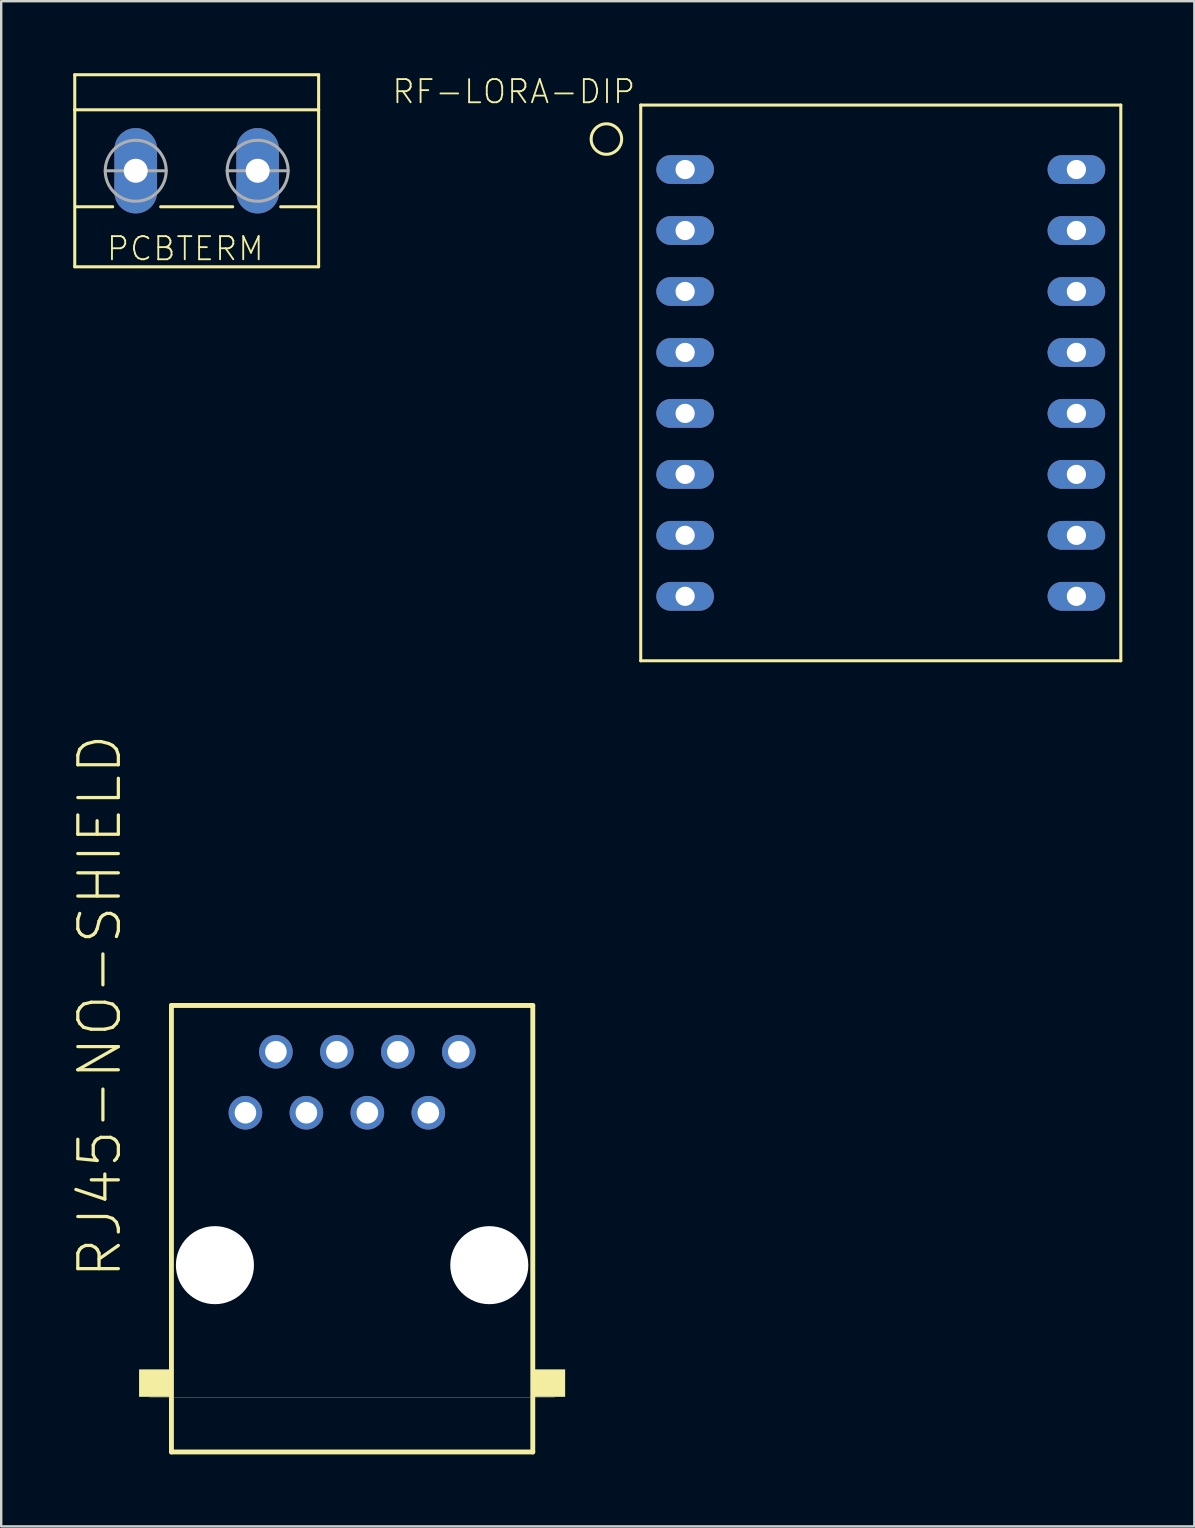
<source format=kicad_pcb>
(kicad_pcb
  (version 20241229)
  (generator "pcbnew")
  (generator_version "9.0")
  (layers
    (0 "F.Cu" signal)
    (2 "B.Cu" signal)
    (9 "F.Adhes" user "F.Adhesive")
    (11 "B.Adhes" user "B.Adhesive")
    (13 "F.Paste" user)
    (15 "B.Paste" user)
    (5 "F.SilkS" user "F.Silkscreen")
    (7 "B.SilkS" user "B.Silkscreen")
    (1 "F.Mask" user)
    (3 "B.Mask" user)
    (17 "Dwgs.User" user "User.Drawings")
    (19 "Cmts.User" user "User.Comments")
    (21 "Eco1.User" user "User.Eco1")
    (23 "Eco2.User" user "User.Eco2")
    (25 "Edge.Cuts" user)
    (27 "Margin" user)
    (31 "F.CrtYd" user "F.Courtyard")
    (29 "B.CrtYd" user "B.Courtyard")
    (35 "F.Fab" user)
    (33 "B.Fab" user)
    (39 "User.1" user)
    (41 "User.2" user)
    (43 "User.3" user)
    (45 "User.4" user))
  (footprint "RF-LORA-DIP"
    (layer "F.Cu")
    (at 33.643 12.903)
    (property "Reference" "RF-LORA-DIP" (at -10.16 -12.7 180) (layer "F.SilkS") (effects (font (size 0.965 0.965) (thickness 0.077)) (justify right top)))
    (attr through_hole)
    (fp_line (start -10 -11.575) (end 10 -11.575) (stroke (width 0.127) (type solid)) (layer "F.SilkS"))
    (fp_line (start -10 11.575) (end -10 -11.575) (stroke (width 0.127) (type solid)) (layer "F.SilkS"))
    (fp_line (start 10 -11.575) (end 10 11.575) (stroke (width 0.127) (type solid)) (layer "F.SilkS"))
    (fp_line (start 10 11.575) (end -10 11.575) (stroke (width 0.127) (type solid)) (layer "F.SilkS"))
    (fp_circle (center -11.43 -10.16) (end -10.795 -10.16) (stroke (width 0.127) (type solid)) (fill no) (layer "F.SilkS"))
    (pad "P$1" thru_hole oval (at -8.15 -8.89) (size 2.4 1.2) (drill 0.8) (layers "*.Cu" "*.Mask"))
    (pad "P$2" thru_hole oval (at -8.15 -6.35) (size 2.4 1.2) (drill 0.8) (layers "*.Cu" "*.Mask"))
    (pad "P$3" thru_hole oval (at -8.15 -3.81) (size 2.4 1.2) (drill 0.8) (layers "*.Cu" "*.Mask"))
    (pad "P$4" thru_hole oval (at -8.15 -1.27) (size 2.4 1.2) (drill 0.8) (layers "*.Cu" "*.Mask"))
    (pad "P$5" thru_hole oval (at -8.15 1.27) (size 2.4 1.2) (drill 0.8) (layers "*.Cu" "*.Mask"))
    (pad "P$6" thru_hole oval (at -8.15 3.81) (size 2.4 1.2) (drill 0.8) (layers "*.Cu" "*.Mask"))
    (pad "P$7" thru_hole oval (at -8.15 6.35) (size 2.4 1.2) (drill 0.8) (layers "*.Cu" "*.Mask"))
    (pad "P$8" thru_hole oval (at -8.15 8.89) (size 2.4 1.2) (drill 0.8) (layers "*.Cu" "*.Mask"))
    (pad "P$9" thru_hole oval (at 8.15 8.89) (size 2.4 1.2) (drill 0.8) (layers "*.Cu" "*.Mask"))
    (pad "P$10" thru_hole oval (at 8.15 6.35) (size 2.4 1.2) (drill 0.8) (layers "*.Cu" "*.Mask"))
    (pad "P$11" thru_hole oval (at 8.15 3.81) (size 2.4 1.2) (drill 0.8) (layers "*.Cu" "*.Mask"))
    (pad "P$12" thru_hole oval (at 8.15 1.27) (size 2.4 1.2) (drill 0.8) (layers "*.Cu" "*.Mask"))
    (pad "P$13" thru_hole oval (at 8.15 -1.27) (size 2.4 1.2) (drill 0.8) (layers "*.Cu" "*.Mask"))
    (pad "P$14" thru_hole oval (at 8.15 -3.81) (size 2.4 1.2) (drill 0.8) (layers "*.Cu" "*.Mask"))
    (pad "P$15" thru_hole oval (at 8.15 -6.35) (size 2.4 1.2) (drill 0.8) (layers "*.Cu" "*.Mask"))
    (pad "P$16" thru_hole oval (at 8.15 -8.89) (size 2.4 1.2) (drill 0.8) (layers "*.Cu" "*.Mask")))
  (footprint "RJ45-NO-SHIELD"
    (layer "F.Cu")
    (at 11.619 49.657)
    (property "Reference" "RJ45-NO-SHIELD" (at -9.525 0.635 90) (layer "F.SilkS") (effects (font (size 1.689 1.689) (thickness 0.135)) (justify left bottom)))
    (attr through_hole)
    (fp_line (start -7.527 -10.819) (end 7.527 -10.819) (stroke (width 0.203) (type solid)) (layer "F.SilkS"))
    (fp_line (start -7.527 7.782) (end -7.527 -10.819) (stroke (width 0.203) (type solid)) (layer "F.SilkS"))
    (fp_line (start 7.527 -10.819) (end 7.527 7.782) (stroke (width 0.203) (type solid)) (layer "F.SilkS"))
    (fp_line (start 7.527 7.782) (end -7.527 7.782) (stroke (width 0.203) (type solid)) (layer "F.SilkS"))
    (fp_poly (pts (xy -8.875 5.485) (xy -7.625 5.485) (xy -7.625 4.342) (xy -8.875 4.342)) (stroke (width 0) (type solid)) (fill yes) (layer "F.SilkS"))
    (fp_poly (pts (xy 7.6 5.485) (xy 8.875 5.485) (xy 8.875 4.342) (xy 7.6 4.342)) (stroke (width 0) (type solid)) (fill yes) (layer "F.SilkS"))
    (fp_line (start 8.445 5.512) (end -8.445 5.512) (stroke (width 0.01) (type solid)) (layer "Edge.Cuts"))
    (pad "" np_thru_hole circle (at -5.715 0) (size 3.251 3.251) (drill 3.251) (layers "*.Cu"))
    (pad "" np_thru_hole circle (at 5.715 0) (size 3.251 3.251) (drill 3.251) (layers "*.Cu"))
    (pad "1" thru_hole circle (at -4.445 -6.35) (size 1.4 1.4) (drill 0.9) (layers "*.Cu" "*.Mask"))
    (pad "2" thru_hole circle (at -3.175 -8.89) (size 1.4 1.4) (drill 0.9) (layers "*.Cu" "*.Mask"))
    (pad "3" thru_hole circle (at -1.905 -6.35) (size 1.4 1.4) (drill 0.9) (layers "*.Cu" "*.Mask"))
    (pad "4" thru_hole circle (at -0.635 -8.89) (size 1.4 1.4) (drill 0.9) (layers "*.Cu" "*.Mask"))
    (pad "5" thru_hole circle (at 0.635 -6.35) (size 1.4 1.4) (drill 0.9) (layers "*.Cu" "*.Mask"))
    (pad "6" thru_hole circle (at 1.905 -8.89) (size 1.4 1.4) (drill 0.9) (layers "*.Cu" "*.Mask"))
    (pad "7" thru_hole circle (at 3.175 -6.35) (size 1.4 1.4) (drill 0.9) (layers "*.Cu" "*.Mask"))
    (pad "8" thru_hole circle (at 4.445 -8.89) (size 1.4 1.4) (drill 0.9) (layers "*.Cu" "*.Mask")))
  (footprint "PCBTERM"
    (layer "F.Cu")
    (at 5.144 4.064)
    (property "Reference" "PCBTERM" (at -3.81 3.81 0) (layer "F.SilkS") (effects (font (size 0.965 0.965) (thickness 0.077)) (justify left bottom)))
    (attr through_hole)
    (fp_line (start -5.08 -4) (end 5.08 -4) (stroke (width 0.127) (type solid)) (layer "F.SilkS"))
    (fp_line (start -5.08 -2.54) (end -5.08 -4) (stroke (width 0.127) (type solid)) (layer "F.SilkS"))
    (fp_line (start -5.08 -2.54) (end 5.08 -2.54) (stroke (width 0.127) (type solid)) (layer "F.SilkS"))
    (fp_line (start -5.08 4) (end -5.08 -2.54) (stroke (width 0.127) (type solid)) (layer "F.SilkS"))
    (fp_line (start -5 1.5) (end -3.5 1.5) (stroke (width 0.127) (type solid)) (layer "F.SilkS"))
    (fp_line (start -1.5 1.5) (end 1.5 1.5) (stroke (width 0.127) (type solid)) (layer "F.SilkS"))
    (fp_line (start 3.5 1.5) (end 5 1.5) (stroke (width 0.127) (type solid)) (layer "F.SilkS"))
    (fp_line (start 5.08 -4) (end 5.08 -2.54) (stroke (width 0.127) (type solid)) (layer "F.SilkS"))
    (fp_line (start 5.08 -2.54) (end 5.08 4) (stroke (width 0.127) (type solid)) (layer "F.SilkS"))
    (fp_line (start 5.08 4) (end -5.08 4) (stroke (width 0.127) (type solid)) (layer "F.SilkS"))
    (fp_line (start -3.81 0) (end -1.27 0) (stroke (width 0.127) (type solid)) (layer "F.Fab"))
    (fp_line (start 1.27 0) (end 3.81 0) (stroke (width 0.127) (type solid)) (layer "F.Fab"))
    (fp_circle (center -2.54 0) (end -1.27 0) (stroke (width 0.127) (type solid)) (fill no) (layer "F.Fab"))
    (fp_circle (center 2.54 0) (end 3.81 0) (stroke (width 0.127) (type solid)) (fill no) (layer "F.Fab"))
    (pad "1" thru_hole oval (at -2.54 0 90) (size 3.556 1.778) (drill 1) (layers "*.Cu" "*.Mask"))
    (pad "2" thru_hole oval (at 2.54 0 90) (size 3.556 1.778) (drill 1) (layers "*.Cu" "*.Mask")))
  (gr_rect
    (start -3 -3)
    (end 46.707 60.54)
    (stroke (width 0.1) (type default))
    (fill no)
    (layer "Edge.Cuts")))
</source>
